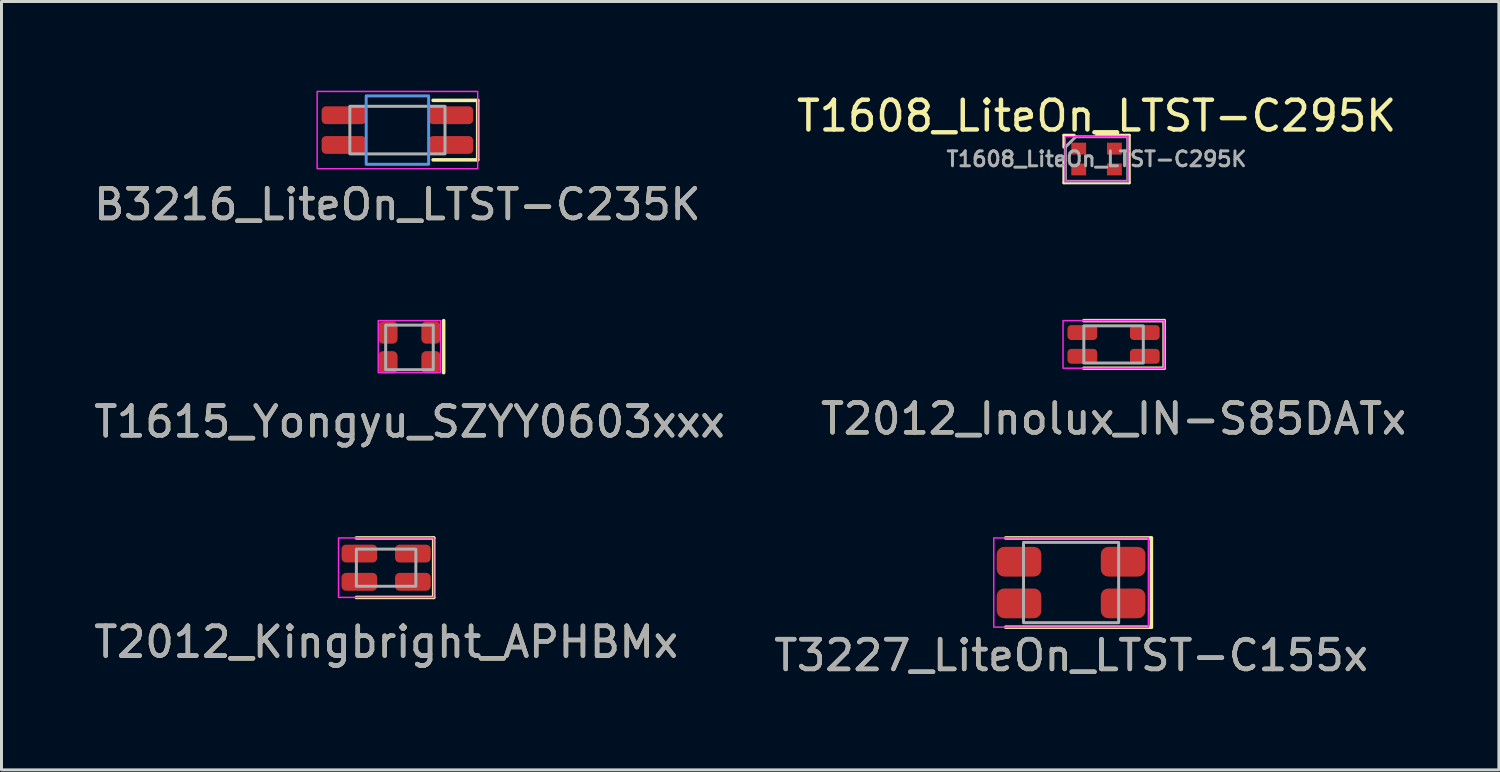
<source format=kicad_pcb>
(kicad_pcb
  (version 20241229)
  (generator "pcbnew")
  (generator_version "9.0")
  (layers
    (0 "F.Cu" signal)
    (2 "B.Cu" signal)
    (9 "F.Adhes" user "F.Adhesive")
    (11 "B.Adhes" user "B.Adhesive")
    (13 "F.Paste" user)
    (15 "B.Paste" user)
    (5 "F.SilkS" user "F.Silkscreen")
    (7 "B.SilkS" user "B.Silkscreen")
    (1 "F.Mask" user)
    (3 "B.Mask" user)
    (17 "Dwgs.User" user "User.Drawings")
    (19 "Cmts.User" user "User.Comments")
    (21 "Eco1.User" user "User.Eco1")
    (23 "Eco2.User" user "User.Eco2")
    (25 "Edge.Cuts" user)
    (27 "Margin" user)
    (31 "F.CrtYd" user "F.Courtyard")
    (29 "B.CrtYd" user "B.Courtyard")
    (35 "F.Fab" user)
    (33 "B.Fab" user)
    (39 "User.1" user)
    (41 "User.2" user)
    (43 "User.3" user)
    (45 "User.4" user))
  (footprint "T2012_Inolux_IN-S85DATx"
    (layer "F.Cu")
    (at 34.399 8.533)
    (property "Reference" "T2012_Inolux_IN-S85DATx" (at 0 2.5 0) (unlocked yes) (layer "F.SilkS") (effects (font (size 1 1) (thickness 0.15))))
    (attr smd)
    (fp_line (start -1 -0.8) (end 1.7 -0.8) (stroke (width 0.12) (type solid)) (layer "F.SilkS"))
    (fp_line (start 1.7 -0.8) (end 1.7 0.8) (stroke (width 0.12) (type solid)) (layer "F.SilkS"))
    (fp_line (start 1.7 0.8) (end -1 0.8) (stroke (width 0.12) (type solid)) (layer "F.SilkS"))
    (fp_rect (start -1.7 -0.8) (end 1.7 0.8) (stroke (width 0.05) (type solid)) (fill no) (layer "F.CrtYd"))
    (fp_rect (start -1 -0.625) (end 1 0.625) (stroke (width 0.1) (type solid)) (fill no) (layer "F.Fab"))
    (fp_text user "${REFERENCE}" (at 0 2.5 0) (unlocked yes) (layer "F.Fab") (effects (font (size 1 1) (thickness 0.15))))
    (pad "1" smd roundrect (at -1.05 -0.4) (size 1 0.5) (layers "F.Cu" "F.Mask" "F.Paste") (roundrect_rratio 0.25))
    (pad "2" smd roundrect (at -1.05 0.4) (size 1 0.5) (layers "F.Cu" "F.Mask" "F.Paste") (roundrect_rratio 0.25))
    (pad "3" smd roundrect (at 1.05 -0.4) (size 1 0.5) (layers "F.Cu" "F.Mask" "F.Paste") (roundrect_rratio 0.25))
    (pad "4" smd roundrect (at 1.05 0.4) (size 1 0.5) (layers "F.Cu" "F.Mask" "F.Paste") (roundrect_rratio 0.25)))
  (footprint "T1615_Yongyu_SZYY0603xxx"
    (layer "F.Cu")
    (at 10.72 8.633)
    (property "Reference" "T1615_Yongyu_SZYY0603xxx" (at 0 2.5 0) (unlocked yes) (layer "F.SilkS") (effects (font (size 1 1) (thickness 0.15))))
    (attr smd)
    (fp_line (start 1.15 -0.9) (end 1.15 0.85) (stroke (width 0.12) (type solid)) (layer "F.SilkS"))
    (fp_rect (start 1.05 -0.9) (end -1.05 0.85) (stroke (width 0.05) (type solid)) (fill no) (layer "F.CrtYd"))
    (fp_rect (start 0.8 -0.75) (end -0.8 0.75) (stroke (width 0.1) (type solid)) (fill no) (layer "F.Fab"))
    (fp_text user "${REFERENCE}" (at 0 2.5 0) (unlocked yes) (layer "F.Fab") (effects (font (size 1 1) (thickness 0.15))))
    (pad "1" smd roundrect (at -0.725 -0.5 270) (size 0.75 0.65) (layers "F.Cu" "F.Mask" "F.Paste") (roundrect_rratio 0.25))
    (pad "2" smd roundrect (at -0.725 0.5 270) (size 0.75 0.65) (layers "F.Cu" "F.Mask" "F.Paste") (roundrect_rratio 0.25))
    (pad "3" smd roundrect (at 0.725 -0.5 270) (size 0.75 0.65) (layers "F.Cu" "F.Mask" "F.Paste") (roundrect_rratio 0.25))
    (pad "4" smd roundrect (at 0.725 0.5 270) (size 0.75 0.65) (layers "F.Cu" "F.Mask" "F.Paste") (roundrect_rratio 0.25)))
  (footprint "T1608_LiteOn_LTST-C295K"
    (layer "F.Cu")
    (at 33.827 2.298)
    (property "Reference" "T1608_LiteOn_LTST-C295K" (at 0 -1.45 0) (unlocked yes) (layer "F.SilkS") (effects (font (size 1 1) (thickness 0.15))))
    (attr smd)
    (fp_line (start -1.1 -0.8) (end -0.75 -0.8) (stroke (width 0.1) (type solid)) (layer "F.SilkS"))
    (fp_line (start -1.1 -0.4) (end -1.1 -0.8) (stroke (width 0.1) (type solid)) (layer "F.SilkS"))
    (fp_line (start -1.1 0.8) (end -1.1 0) (stroke (width 0.1) (type solid)) (layer "F.SilkS"))
    (fp_line (start 1.1 -0.8) (end 0 -0.8) (stroke (width 0.1) (type solid)) (layer "F.SilkS"))
    (fp_line (start 1.1 -0.8) (end 1.1 0.8) (stroke (width 0.1) (type solid)) (layer "F.SilkS"))
    (fp_line (start 1.1 0.8) (end -1.1 0.8) (stroke (width 0.1) (type solid)) (layer "F.SilkS"))
    (fp_line (start -1.05 -0.75) (end 1.05 -0.75) (stroke (width 0.05) (type solid)) (layer "F.CrtYd"))
    (fp_line (start -1.05 0.75) (end -1.05 -0.75) (stroke (width 0.05) (type solid)) (layer "F.CrtYd"))
    (fp_line (start 1.05 -0.75) (end 1.05 0.75) (stroke (width 0.05) (type solid)) (layer "F.CrtYd"))
    (fp_line (start 1.05 0.75) (end -1.05 0.75) (stroke (width 0.05) (type solid)) (layer "F.CrtYd"))
    (fp_line (start -1.05 -0.4) (end -0.7 -0.75) (stroke (width 0.1) (type solid)) (layer "F.Fab"))
    (fp_line (start -1.05 0.75) (end -1.05 -0.4) (stroke (width 0.1) (type solid)) (layer "F.Fab"))
    (fp_line (start -0.7 -0.75) (end 1.05 -0.75) (stroke (width 0.1) (type solid)) (layer "F.Fab"))
    (fp_line (start 1.05 -0.75) (end 1.05 0.75) (stroke (width 0.1) (type solid)) (layer "F.Fab"))
    (fp_line (start 1.05 0.75) (end -1.05 0.75) (stroke (width 0.1) (type solid)) (layer "F.Fab"))
    (fp_text user "${REFERENCE}" (at 0 0 0) (unlocked yes) (layer "F.Fab") (effects (font (size 0.5 0.5) (thickness 0.1))))
    (pad "1" smd rect (at -0.6 -0.35 90) (size 0.4 0.5) (layers "F.Cu" "F.Mask" "F.Paste"))
    (pad "2" smd rect (at -0.6 0.35 90) (size 0.4 0.5) (layers "F.Cu" "F.Mask" "F.Paste"))
    (pad "3" smd rect (at 0.6 -0.35 90) (size 0.4 0.5) (layers "F.Cu" "F.Mask" "F.Paste"))
    (pad "4" smd rect (at 0.6 0.35 90) (size 0.4 0.5) (layers "F.Cu" "F.Mask" "F.Paste")))
  (footprint "B3216_LiteOn_LTST-C235K"
    (layer "F.Cu")
    (at 10.315 1.325)
    (property "Reference" "B3216_LiteOn_LTST-C235K" (at 0 2.5 0) (unlocked yes) (layer "F.SilkS") (effects (font (size 1 1) (thickness 0.15))))
    (attr smd)
    (fp_line (start 1.2 -1) (end 2.7 -1) (stroke (width 0.12) (type solid)) (layer "F.SilkS"))
    (fp_line (start 2.7 -1) (end 2.7 1) (stroke (width 0.12) (type solid)) (layer "F.SilkS"))
    (fp_line (start 2.7 1) (end 1.2 1) (stroke (width 0.12) (type solid)) (layer "F.SilkS"))
    (fp_rect (start -1.05 -1.15) (end 1.05 1.15) (stroke (width 0.1) (type solid)) (fill no) (layer "Cmts.User"))
    (fp_rect (start 2.7 -1.3) (end -2.7 1.3) (stroke (width 0.05) (type solid)) (fill no) (layer "F.CrtYd"))
    (fp_rect (start -1.6 -0.8) (end 1.6 0.8) (stroke (width 0.1) (type solid)) (fill no) (layer "F.Fab"))
    (fp_text user "${REFERENCE}" (at 0 2.5 0) (unlocked yes) (layer "F.Fab") (effects (font (size 1 1) (thickness 0.15))))
    (pad "1" smd roundrect (at -1.8 -0.5) (size 1.5 0.6) (layers "F.Cu" "F.Mask" "F.Paste") (roundrect_rratio 0.25))
    (pad "2" smd roundrect (at -1.8 0.5) (size 1.5 0.6) (layers "F.Cu" "F.Mask" "F.Paste") (roundrect_rratio 0.25))
    (pad "3" smd roundrect (at 1.8 -0.5) (size 1.5 0.6) (layers "F.Cu" "F.Mask" "F.Paste") (roundrect_rratio 0.25))
    (pad "4" smd roundrect (at 1.8 0.5) (size 1.5 0.6) (layers "F.Cu" "F.Mask" "F.Paste") (roundrect_rratio 0.25)))
  (footprint "T2012_Kingbright_APHBMx"
    (layer "F.Cu")
    (at 9.935 16.041)
    (property "Reference" "T2012_Kingbright_APHBMx" (at 0 2.5 0) (unlocked yes) (layer "F.SilkS") (effects (font (size 1 1) (thickness 0.15))))
    (attr smd)
    (fp_line (start -1 -1) (end 1.6 -1) (stroke (width 0.12) (type solid)) (layer "F.SilkS"))
    (fp_line (start 1.6 -1) (end 1.6 1) (stroke (width 0.12) (type solid)) (layer "F.SilkS"))
    (fp_line (start 1.6 1) (end -1 1) (stroke (width 0.12) (type solid)) (layer "F.SilkS"))
    (fp_rect (start 1.6 -1) (end -1.6 1) (stroke (width 0.05) (type solid)) (fill no) (layer "F.CrtYd"))
    (fp_rect (start -1 -0.625) (end 1 0.625) (stroke (width 0.1) (type solid)) (fill no) (layer "F.Fab"))
    (fp_text user "${REFERENCE}" (at 0 2.5 0) (unlocked yes) (layer "F.Fab") (effects (font (size 1 1) (thickness 0.15))))
    (pad "1" smd roundrect (at -0.9 -0.475) (size 1.2 0.6) (layers "F.Cu" "F.Mask" "F.Paste") (roundrect_rratio 0.25))
    (pad "2" smd roundrect (at -0.9 0.475) (size 1.2 0.6) (layers "F.Cu" "F.Mask" "F.Paste") (roundrect_rratio 0.25))
    (pad "3" smd roundrect (at 0.9 -0.475) (size 1.2 0.6) (layers "F.Cu" "F.Mask" "F.Paste") (roundrect_rratio 0.25))
    (pad "4" smd roundrect (at 0.9 0.475) (size 1.2 0.6) (layers "F.Cu" "F.Mask" "F.Paste") (roundrect_rratio 0.25)))
  (footprint "T3227_LiteOn_LTST-C155x"
    (layer "F.Cu")
    (at 32.97 16.541)
    (property "Reference" "T3227_LiteOn_LTST-C155x" (at 0 2.45 0) (unlocked yes) (layer "F.SilkS") (effects (font (size 1 1) (thickness 0.15))))
    (attr smd)
    (fp_line (start 2.7 -1.5) (end -2.2 -1.5) (stroke (width 0.12) (type solid)) (layer "F.SilkS"))
    (fp_line (start 2.7 -1.5) (end 2.7 1.5) (stroke (width 0.12) (type solid)) (layer "F.SilkS"))
    (fp_line (start 2.7 1.5) (end -2.2 1.5) (stroke (width 0.12) (type solid)) (layer "F.SilkS"))
    (fp_rect (start -2.6 -1.5) (end 2.6 1.5) (stroke (width 0.05) (type solid)) (fill no) (layer "F.CrtYd"))
    (fp_rect (start -1.6 -1.35) (end 1.6 1.35) (stroke (width 0.1) (type solid)) (fill no) (layer "F.Fab"))
    (fp_text user "${REFERENCE}" (at 0 2.45 0) (unlocked yes) (layer "F.Fab") (effects (font (size 1 1) (thickness 0.15))))
    (pad "1" smd roundrect (at -1.75 -0.7) (size 1.5 1) (layers "F.Cu" "F.Mask" "F.Paste") (roundrect_rratio 0.25))
    (pad "2" smd roundrect (at -1.75 0.7) (size 1.5 1) (layers "F.Cu" "F.Mask" "F.Paste") (roundrect_rratio 0.25))
    (pad "3" smd roundrect (at 1.75 -0.7) (size 1.5 1) (layers "F.Cu" "F.Mask" "F.Paste") (roundrect_rratio 0.25))
    (pad "4" smd roundrect (at 1.75 0.7) (size 1.5 1) (layers "F.Cu" "F.Mask" "F.Paste") (roundrect_rratio 0.25)))
  (gr_rect
    (start -3 -3)
    (end 47.357 22.84)
    (stroke (width 0.1) (type default))
    (fill no)
    (layer "Edge.Cuts")))
</source>
